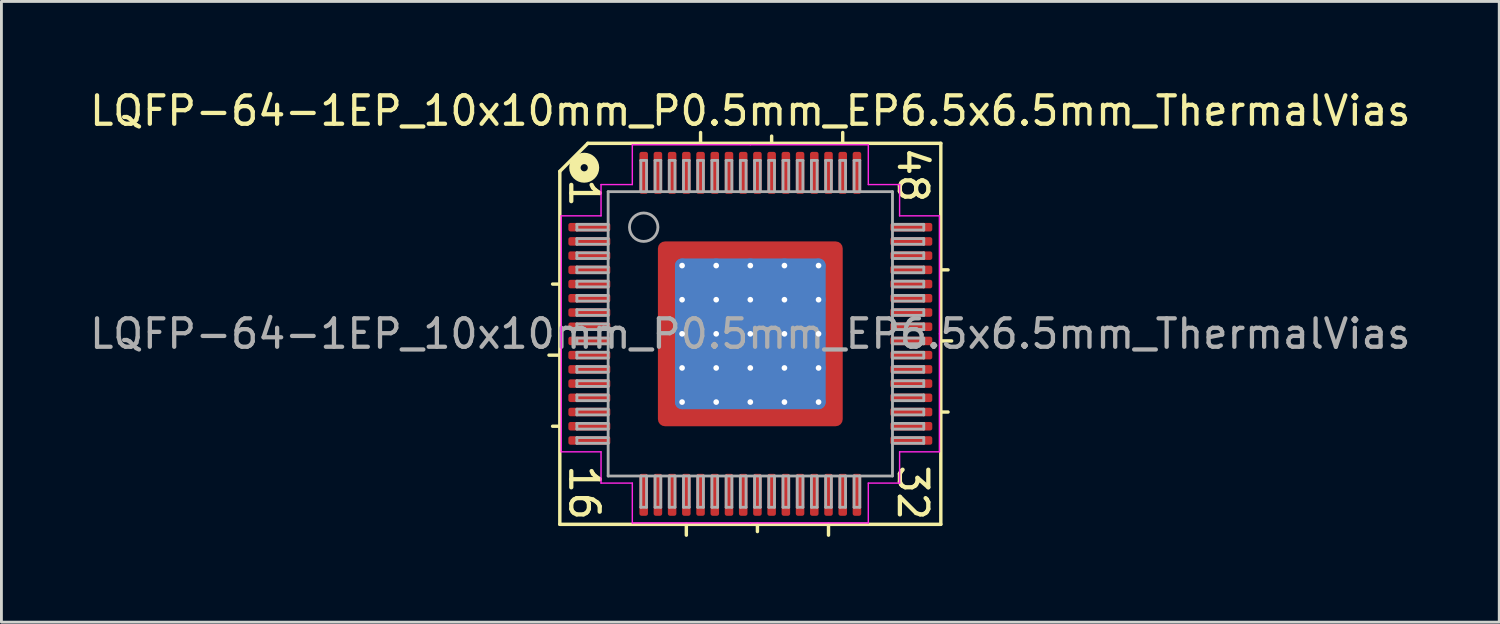
<source format=kicad_pcb>
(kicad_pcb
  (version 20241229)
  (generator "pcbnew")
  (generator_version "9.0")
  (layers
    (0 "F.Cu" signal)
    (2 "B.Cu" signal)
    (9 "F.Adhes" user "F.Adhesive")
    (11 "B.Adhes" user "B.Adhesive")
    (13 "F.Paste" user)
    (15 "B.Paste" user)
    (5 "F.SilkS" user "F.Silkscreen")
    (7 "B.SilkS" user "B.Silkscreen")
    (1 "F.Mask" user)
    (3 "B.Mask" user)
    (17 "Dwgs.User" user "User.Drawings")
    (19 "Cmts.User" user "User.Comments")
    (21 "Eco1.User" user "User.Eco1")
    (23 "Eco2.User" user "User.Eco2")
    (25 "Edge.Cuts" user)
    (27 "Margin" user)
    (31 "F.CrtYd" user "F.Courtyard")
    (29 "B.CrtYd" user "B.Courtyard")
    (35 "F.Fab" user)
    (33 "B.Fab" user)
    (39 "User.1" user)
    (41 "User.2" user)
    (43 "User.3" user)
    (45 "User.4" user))
  (footprint "LQFP-64-1EP_10x10mm_P0.5mm_EP6.5x6.5mm_ThermalVias"
    (layer "F.Cu")
    (at 23.339 8.691)
    (property "Reference" "LQFP-64-1EP_10x10mm_P0.5mm_EP6.5x6.5mm_ThermalVias" (at 0 -7.843 0) (layer "F.SilkS") (effects (font (size 1 1) (thickness 0.15))))
    (attr smd)
    (fp_line (start -6.7 -5.715) (end -6.7 6.7) (stroke (width 0.12) (type solid)) (layer "F.SilkS"))
    (fp_line (start -6.7 -1.75) (end -6.954 -1.75) (stroke (width 0.12) (type solid)) (layer "F.SilkS"))
    (fp_line (start -6.7 0.75) (end -7.081 0.75) (stroke (width 0.12) (type solid)) (layer "F.SilkS"))
    (fp_line (start -6.7 3.25) (end -6.954 3.25) (stroke (width 0.12) (type solid)) (layer "F.SilkS"))
    (fp_line (start -6.7 6.7) (end 6.7 6.7) (stroke (width 0.12) (type solid)) (layer "F.SilkS"))
    (fp_line (start -5.715 -6.7) (end -6.7 -5.715) (stroke (width 0.12) (type solid)) (layer "F.SilkS"))
    (fp_line (start -2.25 6.7) (end -2.25 7.081) (stroke (width 0.12) (type solid)) (layer "F.SilkS"))
    (fp_line (start -1.75 -6.7) (end -1.75 -7.081) (stroke (width 0.12) (type solid)) (layer "F.SilkS"))
    (fp_line (start 0.25 6.7) (end 0.25 6.954) (stroke (width 0.12) (type solid)) (layer "F.SilkS"))
    (fp_line (start 0.75 -6.7) (end 0.75 -6.954) (stroke (width 0.12) (type solid)) (layer "F.SilkS"))
    (fp_line (start 2.75 7.081) (end 2.75 6.7) (stroke (width 0.12) (type solid)) (layer "F.SilkS"))
    (fp_line (start 3.25 -6.7) (end 3.25 -7.081) (stroke (width 0.12) (type solid)) (layer "F.SilkS"))
    (fp_line (start 6.7 -6.7) (end -5.715 -6.7) (stroke (width 0.12) (type solid)) (layer "F.SilkS"))
    (fp_line (start 6.7 -2.25) (end 6.954 -2.25) (stroke (width 0.12) (type solid)) (layer "F.SilkS"))
    (fp_line (start 6.7 0.25) (end 7.081 0.25) (stroke (width 0.12) (type solid)) (layer "F.SilkS"))
    (fp_line (start 6.7 2.75) (end 6.954 2.75) (stroke (width 0.12) (type solid)) (layer "F.SilkS"))
    (fp_line (start 6.7 6.7) (end 6.7 -6.7) (stroke (width 0.12) (type solid)) (layer "F.SilkS"))
    (fp_circle (center -5.842 -5.842) (end -5.715 -5.842) (stroke (width 0.4) (type solid)) (fill no) (layer "F.SilkS"))
    (fp_line (start -6.65 -4.15) (end -6.65 0) (stroke (width 0.05) (type solid)) (layer "F.CrtYd"))
    (fp_line (start -6.65 4.15) (end -6.65 0) (stroke (width 0.05) (type solid)) (layer "F.CrtYd"))
    (fp_line (start -5.25 -5.25) (end -5.25 -4.15) (stroke (width 0.05) (type solid)) (layer "F.CrtYd"))
    (fp_line (start -5.25 -4.15) (end -6.65 -4.15) (stroke (width 0.05) (type solid)) (layer "F.CrtYd"))
    (fp_line (start -5.25 4.15) (end -6.65 4.15) (stroke (width 0.05) (type solid)) (layer "F.CrtYd"))
    (fp_line (start -5.25 5.25) (end -5.25 4.15) (stroke (width 0.05) (type solid)) (layer "F.CrtYd"))
    (fp_line (start -4.15 -6.65) (end -4.15 -5.25) (stroke (width 0.05) (type solid)) (layer "F.CrtYd"))
    (fp_line (start -4.15 -5.25) (end -5.25 -5.25) (stroke (width 0.05) (type solid)) (layer "F.CrtYd"))
    (fp_line (start -4.15 5.25) (end -5.25 5.25) (stroke (width 0.05) (type solid)) (layer "F.CrtYd"))
    (fp_line (start -4.15 6.65) (end -4.15 5.25) (stroke (width 0.05) (type solid)) (layer "F.CrtYd"))
    (fp_line (start 0 -6.65) (end -4.15 -6.65) (stroke (width 0.05) (type solid)) (layer "F.CrtYd"))
    (fp_line (start 0 -6.65) (end 4.15 -6.65) (stroke (width 0.05) (type solid)) (layer "F.CrtYd"))
    (fp_line (start 0 6.65) (end -4.15 6.65) (stroke (width 0.05) (type solid)) (layer "F.CrtYd"))
    (fp_line (start 0 6.65) (end 4.15 6.65) (stroke (width 0.05) (type solid)) (layer "F.CrtYd"))
    (fp_line (start 4.15 -6.65) (end 4.15 -5.25) (stroke (width 0.05) (type solid)) (layer "F.CrtYd"))
    (fp_line (start 4.15 -5.25) (end 5.25 -5.25) (stroke (width 0.05) (type solid)) (layer "F.CrtYd"))
    (fp_line (start 4.15 5.25) (end 5.25 5.25) (stroke (width 0.05) (type solid)) (layer "F.CrtYd"))
    (fp_line (start 4.15 6.65) (end 4.15 5.25) (stroke (width 0.05) (type solid)) (layer "F.CrtYd"))
    (fp_line (start 5.25 -5.25) (end 5.25 -4.15) (stroke (width 0.05) (type solid)) (layer "F.CrtYd"))
    (fp_line (start 5.25 -4.15) (end 6.65 -4.15) (stroke (width 0.05) (type solid)) (layer "F.CrtYd"))
    (fp_line (start 5.25 4.15) (end 6.65 4.15) (stroke (width 0.05) (type solid)) (layer "F.CrtYd"))
    (fp_line (start 5.25 5.25) (end 5.25 4.15) (stroke (width 0.05) (type solid)) (layer "F.CrtYd"))
    (fp_line (start 6.65 -4.15) (end 6.65 0) (stroke (width 0.05) (type solid)) (layer "F.CrtYd"))
    (fp_line (start 6.65 4.15) (end 6.65 0) (stroke (width 0.05) (type solid)) (layer "F.CrtYd"))
    (fp_line (start -6.1 -3.85) (end -6.1 -3.65) (stroke (width 0.1) (type solid)) (layer "F.Fab"))
    (fp_line (start -6.1 -3.85) (end -5 -3.85) (stroke (width 0.1) (type solid)) (layer "F.Fab"))
    (fp_line (start -6.1 -3.65) (end -5 -3.65) (stroke (width 0.1) (type solid)) (layer "F.Fab"))
    (fp_line (start -6.1 -3.35) (end -6.1 -3.15) (stroke (width 0.1) (type solid)) (layer "F.Fab"))
    (fp_line (start -6.1 -3.35) (end -5 -3.35) (stroke (width 0.1) (type solid)) (layer "F.Fab"))
    (fp_line (start -6.1 -3.15) (end -5 -3.15) (stroke (width 0.1) (type solid)) (layer "F.Fab"))
    (fp_line (start -6.1 -2.85) (end -6.1 -2.65) (stroke (width 0.1) (type solid)) (layer "F.Fab"))
    (fp_line (start -6.1 -2.85) (end -5 -2.85) (stroke (width 0.1) (type solid)) (layer "F.Fab"))
    (fp_line (start -6.1 -2.65) (end -5 -2.65) (stroke (width 0.1) (type solid)) (layer "F.Fab"))
    (fp_line (start -6.1 -2.35) (end -6.1 -2.15) (stroke (width 0.1) (type solid)) (layer "F.Fab"))
    (fp_line (start -6.1 -2.35) (end -5 -2.35) (stroke (width 0.1) (type solid)) (layer "F.Fab"))
    (fp_line (start -6.1 -2.15) (end -5 -2.15) (stroke (width 0.1) (type solid)) (layer "F.Fab"))
    (fp_line (start -6.1 -1.85) (end -6.1 -1.65) (stroke (width 0.1) (type solid)) (layer "F.Fab"))
    (fp_line (start -6.1 -1.85) (end -5 -1.85) (stroke (width 0.1) (type solid)) (layer "F.Fab"))
    (fp_line (start -6.1 -1.65) (end -5 -1.65) (stroke (width 0.1) (type solid)) (layer "F.Fab"))
    (fp_line (start -6.1 -1.35) (end -6.1 -1.15) (stroke (width 0.1) (type solid)) (layer "F.Fab"))
    (fp_line (start -6.1 -1.35) (end -5 -1.35) (stroke (width 0.1) (type solid)) (layer "F.Fab"))
    (fp_line (start -6.1 -1.15) (end -5 -1.15) (stroke (width 0.1) (type solid)) (layer "F.Fab"))
    (fp_line (start -6.1 -0.85) (end -6.1 -0.65) (stroke (width 0.1) (type solid)) (layer "F.Fab"))
    (fp_line (start -6.1 -0.85) (end -5 -0.85) (stroke (width 0.1) (type solid)) (layer "F.Fab"))
    (fp_line (start -6.1 -0.65) (end -5 -0.65) (stroke (width 0.1) (type solid)) (layer "F.Fab"))
    (fp_line (start -6.1 -0.35) (end -6.1 -0.15) (stroke (width 0.1) (type solid)) (layer "F.Fab"))
    (fp_line (start -6.1 -0.35) (end -5 -0.35) (stroke (width 0.1) (type solid)) (layer "F.Fab"))
    (fp_line (start -6.1 -0.15) (end -5 -0.15) (stroke (width 0.1) (type solid)) (layer "F.Fab"))
    (fp_line (start -6.1 0.15) (end -6.1 0.35) (stroke (width 0.1) (type solid)) (layer "F.Fab"))
    (fp_line (start -6.1 0.15) (end -5 0.15) (stroke (width 0.1) (type solid)) (layer "F.Fab"))
    (fp_line (start -6.1 0.35) (end -5 0.35) (stroke (width 0.1) (type solid)) (layer "F.Fab"))
    (fp_line (start -6.1 0.65) (end -6.1 0.85) (stroke (width 0.1) (type solid)) (layer "F.Fab"))
    (fp_line (start -6.1 0.65) (end -5 0.65) (stroke (width 0.1) (type solid)) (layer "F.Fab"))
    (fp_line (start -6.1 0.85) (end -5 0.85) (stroke (width 0.1) (type solid)) (layer "F.Fab"))
    (fp_line (start -6.1 1.15) (end -6.1 1.35) (stroke (width 0.1) (type solid)) (layer "F.Fab"))
    (fp_line (start -6.1 1.15) (end -5 1.15) (stroke (width 0.1) (type solid)) (layer "F.Fab"))
    (fp_line (start -6.1 1.35) (end -5 1.35) (stroke (width 0.1) (type solid)) (layer "F.Fab"))
    (fp_line (start -6.1 1.65) (end -6.1 1.85) (stroke (width 0.1) (type solid)) (layer "F.Fab"))
    (fp_line (start -6.1 1.65) (end -5 1.65) (stroke (width 0.1) (type solid)) (layer "F.Fab"))
    (fp_line (start -6.1 1.85) (end -5 1.85) (stroke (width 0.1) (type solid)) (layer "F.Fab"))
    (fp_line (start -6.1 2.15) (end -6.1 2.35) (stroke (width 0.1) (type solid)) (layer "F.Fab"))
    (fp_line (start -6.1 2.15) (end -5 2.15) (stroke (width 0.1) (type solid)) (layer "F.Fab"))
    (fp_line (start -6.1 2.35) (end -5 2.35) (stroke (width 0.1) (type solid)) (layer "F.Fab"))
    (fp_line (start -6.1 2.65) (end -6.1 2.85) (stroke (width 0.1) (type solid)) (layer "F.Fab"))
    (fp_line (start -6.1 2.65) (end -5 2.65) (stroke (width 0.1) (type solid)) (layer "F.Fab"))
    (fp_line (start -6.1 2.85) (end -5 2.85) (stroke (width 0.1) (type solid)) (layer "F.Fab"))
    (fp_line (start -6.1 3.15) (end -6.1 3.35) (stroke (width 0.1) (type solid)) (layer "F.Fab"))
    (fp_line (start -6.1 3.15) (end -5 3.15) (stroke (width 0.1) (type solid)) (layer "F.Fab"))
    (fp_line (start -6.1 3.35) (end -5 3.35) (stroke (width 0.1) (type solid)) (layer "F.Fab"))
    (fp_line (start -6.1 3.65) (end -6.1 3.85) (stroke (width 0.1) (type solid)) (layer "F.Fab"))
    (fp_line (start -6.1 3.65) (end -5 3.65) (stroke (width 0.1) (type solid)) (layer "F.Fab"))
    (fp_line (start -6.1 3.85) (end -5 3.85) (stroke (width 0.1) (type solid)) (layer "F.Fab"))
    (fp_line (start -5 -5) (end 5 -5) (stroke (width 0.1) (type solid)) (layer "F.Fab"))
    (fp_line (start -5 5) (end -5 -5) (stroke (width 0.1) (type solid)) (layer "F.Fab"))
    (fp_line (start -3.85 -6.1) (end -3.85 -5) (stroke (width 0.1) (type solid)) (layer "F.Fab"))
    (fp_line (start -3.85 6.1) (end -3.85 5) (stroke (width 0.1) (type solid)) (layer "F.Fab"))
    (fp_line (start -3.85 6.1) (end -3.65 6.1) (stroke (width 0.1) (type solid)) (layer "F.Fab"))
    (fp_line (start -3.65 -6.1) (end -3.85 -6.1) (stroke (width 0.1) (type solid)) (layer "F.Fab"))
    (fp_line (start -3.65 -6.1) (end -3.65 -5) (stroke (width 0.1) (type solid)) (layer "F.Fab"))
    (fp_line (start -3.65 6.1) (end -3.65 5) (stroke (width 0.1) (type solid)) (layer "F.Fab"))
    (fp_line (start -3.35 -6.1) (end -3.35 -5) (stroke (width 0.1) (type solid)) (layer "F.Fab"))
    (fp_line (start -3.35 6.1) (end -3.35 5) (stroke (width 0.1) (type solid)) (layer "F.Fab"))
    (fp_line (start -3.35 6.1) (end -3.15 6.1) (stroke (width 0.1) (type solid)) (layer "F.Fab"))
    (fp_line (start -3.15 -6.1) (end -3.35 -6.1) (stroke (width 0.1) (type solid)) (layer "F.Fab"))
    (fp_line (start -3.15 -6.1) (end -3.15 -5) (stroke (width 0.1) (type solid)) (layer "F.Fab"))
    (fp_line (start -3.15 6.1) (end -3.15 5) (stroke (width 0.1) (type solid)) (layer "F.Fab"))
    (fp_line (start -2.85 -6.1) (end -2.85 -5) (stroke (width 0.1) (type solid)) (layer "F.Fab"))
    (fp_line (start -2.85 6.1) (end -2.85 5) (stroke (width 0.1) (type solid)) (layer "F.Fab"))
    (fp_line (start -2.85 6.1) (end -2.65 6.1) (stroke (width 0.1) (type solid)) (layer "F.Fab"))
    (fp_line (start -2.65 -6.1) (end -2.85 -6.1) (stroke (width 0.1) (type solid)) (layer "F.Fab"))
    (fp_line (start -2.65 -6.1) (end -2.65 -5) (stroke (width 0.1) (type solid)) (layer "F.Fab"))
    (fp_line (start -2.65 6.1) (end -2.65 5) (stroke (width 0.1) (type solid)) (layer "F.Fab"))
    (fp_line (start -2.35 -6.1) (end -2.35 -5) (stroke (width 0.1) (type solid)) (layer "F.Fab"))
    (fp_line (start -2.35 6.1) (end -2.35 5) (stroke (width 0.1) (type solid)) (layer "F.Fab"))
    (fp_line (start -2.35 6.1) (end -2.15 6.1) (stroke (width 0.1) (type solid)) (layer "F.Fab"))
    (fp_line (start -2.15 -6.1) (end -2.35 -6.1) (stroke (width 0.1) (type solid)) (layer "F.Fab"))
    (fp_line (start -2.15 -6.1) (end -2.15 -5) (stroke (width 0.1) (type solid)) (layer "F.Fab"))
    (fp_line (start -2.15 6.1) (end -2.15 5) (stroke (width 0.1) (type solid)) (layer "F.Fab"))
    (fp_line (start -1.85 -6.1) (end -1.85 -5) (stroke (width 0.1) (type solid)) (layer "F.Fab"))
    (fp_line (start -1.85 6.1) (end -1.85 5) (stroke (width 0.1) (type solid)) (layer "F.Fab"))
    (fp_line (start -1.85 6.1) (end -1.65 6.1) (stroke (width 0.1) (type solid)) (layer "F.Fab"))
    (fp_line (start -1.65 -6.1) (end -1.85 -6.1) (stroke (width 0.1) (type solid)) (layer "F.Fab"))
    (fp_line (start -1.65 -6.1) (end -1.65 -5) (stroke (width 0.1) (type solid)) (layer "F.Fab"))
    (fp_line (start -1.65 6.1) (end -1.65 5) (stroke (width 0.1) (type solid)) (layer "F.Fab"))
    (fp_line (start -1.35 -6.1) (end -1.35 -5) (stroke (width 0.1) (type solid)) (layer "F.Fab"))
    (fp_line (start -1.35 6.1) (end -1.35 5) (stroke (width 0.1) (type solid)) (layer "F.Fab"))
    (fp_line (start -1.35 6.1) (end -1.15 6.1) (stroke (width 0.1) (type solid)) (layer "F.Fab"))
    (fp_line (start -1.15 -6.1) (end -1.35 -6.1) (stroke (width 0.1) (type solid)) (layer "F.Fab"))
    (fp_line (start -1.15 -6.1) (end -1.15 -5) (stroke (width 0.1) (type solid)) (layer "F.Fab"))
    (fp_line (start -1.15 6.1) (end -1.15 5) (stroke (width 0.1) (type solid)) (layer "F.Fab"))
    (fp_line (start -0.85 -6.1) (end -0.85 -5) (stroke (width 0.1) (type solid)) (layer "F.Fab"))
    (fp_line (start -0.85 6.1) (end -0.85 5) (stroke (width 0.1) (type solid)) (layer "F.Fab"))
    (fp_line (start -0.85 6.1) (end -0.65 6.1) (stroke (width 0.1) (type solid)) (layer "F.Fab"))
    (fp_line (start -0.65 -6.1) (end -0.85 -6.1) (stroke (width 0.1) (type solid)) (layer "F.Fab"))
    (fp_line (start -0.65 -6.1) (end -0.65 -5) (stroke (width 0.1) (type solid)) (layer "F.Fab"))
    (fp_line (start -0.65 6.1) (end -0.65 5) (stroke (width 0.1) (type solid)) (layer "F.Fab"))
    (fp_line (start -0.35 -6.1) (end -0.35 -5) (stroke (width 0.1) (type solid)) (layer "F.Fab"))
    (fp_line (start -0.35 6.1) (end -0.35 5) (stroke (width 0.1) (type solid)) (layer "F.Fab"))
    (fp_line (start -0.35 6.1) (end -0.15 6.1) (stroke (width 0.1) (type solid)) (layer "F.Fab"))
    (fp_line (start -0.15 -6.1) (end -0.35 -6.1) (stroke (width 0.1) (type solid)) (layer "F.Fab"))
    (fp_line (start -0.15 -6.1) (end -0.15 -5) (stroke (width 0.1) (type solid)) (layer "F.Fab"))
    (fp_line (start -0.15 6.1) (end -0.15 5) (stroke (width 0.1) (type solid)) (layer "F.Fab"))
    (fp_line (start 0.15 -6.1) (end 0.15 -5) (stroke (width 0.1) (type solid)) (layer "F.Fab"))
    (fp_line (start 0.15 6.1) (end 0.15 5) (stroke (width 0.1) (type solid)) (layer "F.Fab"))
    (fp_line (start 0.15 6.1) (end 0.35 6.1) (stroke (width 0.1) (type solid)) (layer "F.Fab"))
    (fp_line (start 0.35 -6.1) (end 0.15 -6.1) (stroke (width 0.1) (type solid)) (layer "F.Fab"))
    (fp_line (start 0.35 -6.1) (end 0.35 -5) (stroke (width 0.1) (type solid)) (layer "F.Fab"))
    (fp_line (start 0.35 6.1) (end 0.35 5) (stroke (width 0.1) (type solid)) (layer "F.Fab"))
    (fp_line (start 0.65 -6.1) (end 0.65 -5) (stroke (width 0.1) (type solid)) (layer "F.Fab"))
    (fp_line (start 0.65 6.1) (end 0.65 5) (stroke (width 0.1) (type solid)) (layer "F.Fab"))
    (fp_line (start 0.65 6.1) (end 0.85 6.1) (stroke (width 0.1) (type solid)) (layer "F.Fab"))
    (fp_line (start 0.85 -6.1) (end 0.65 -6.1) (stroke (width 0.1) (type solid)) (layer "F.Fab"))
    (fp_line (start 0.85 -6.1) (end 0.85 -5) (stroke (width 0.1) (type solid)) (layer "F.Fab"))
    (fp_line (start 0.85 6.1) (end 0.85 5) (stroke (width 0.1) (type solid)) (layer "F.Fab"))
    (fp_line (start 1.15 -6.1) (end 1.15 -5) (stroke (width 0.1) (type solid)) (layer "F.Fab"))
    (fp_line (start 1.15 6.1) (end 1.15 5) (stroke (width 0.1) (type solid)) (layer "F.Fab"))
    (fp_line (start 1.15 6.1) (end 1.35 6.1) (stroke (width 0.1) (type solid)) (layer "F.Fab"))
    (fp_line (start 1.35 -6.1) (end 1.15 -6.1) (stroke (width 0.1) (type solid)) (layer "F.Fab"))
    (fp_line (start 1.35 -6.1) (end 1.35 -5) (stroke (width 0.1) (type solid)) (layer "F.Fab"))
    (fp_line (start 1.35 6.1) (end 1.35 5) (stroke (width 0.1) (type solid)) (layer "F.Fab"))
    (fp_line (start 1.65 -6.1) (end 1.65 -5) (stroke (width 0.1) (type solid)) (layer "F.Fab"))
    (fp_line (start 1.65 6.1) (end 1.65 5) (stroke (width 0.1) (type solid)) (layer "F.Fab"))
    (fp_line (start 1.65 6.1) (end 1.85 6.1) (stroke (width 0.1) (type solid)) (layer "F.Fab"))
    (fp_line (start 1.85 -6.1) (end 1.65 -6.1) (stroke (width 0.1) (type solid)) (layer "F.Fab"))
    (fp_line (start 1.85 -6.1) (end 1.85 -5) (stroke (width 0.1) (type solid)) (layer "F.Fab"))
    (fp_line (start 1.85 6.1) (end 1.85 5) (stroke (width 0.1) (type solid)) (layer "F.Fab"))
    (fp_line (start 2.15 -6.1) (end 2.15 -5) (stroke (width 0.1) (type solid)) (layer "F.Fab"))
    (fp_line (start 2.15 6.1) (end 2.15 5) (stroke (width 0.1) (type solid)) (layer "F.Fab"))
    (fp_line (start 2.15 6.1) (end 2.35 6.1) (stroke (width 0.1) (type solid)) (layer "F.Fab"))
    (fp_line (start 2.35 -6.1) (end 2.15 -6.1) (stroke (width 0.1) (type solid)) (layer "F.Fab"))
    (fp_line (start 2.35 -6.1) (end 2.35 -5) (stroke (width 0.1) (type solid)) (layer "F.Fab"))
    (fp_line (start 2.35 6.1) (end 2.35 5) (stroke (width 0.1) (type solid)) (layer "F.Fab"))
    (fp_line (start 2.65 -6.1) (end 2.65 -5) (stroke (width 0.1) (type solid)) (layer "F.Fab"))
    (fp_line (start 2.65 6.1) (end 2.65 5) (stroke (width 0.1) (type solid)) (layer "F.Fab"))
    (fp_line (start 2.65 6.1) (end 2.85 6.1) (stroke (width 0.1) (type solid)) (layer "F.Fab"))
    (fp_line (start 2.85 -6.1) (end 2.65 -6.1) (stroke (width 0.1) (type solid)) (layer "F.Fab"))
    (fp_line (start 2.85 -6.1) (end 2.85 -5) (stroke (width 0.1) (type solid)) (layer "F.Fab"))
    (fp_line (start 2.85 6.1) (end 2.85 5) (stroke (width 0.1) (type solid)) (layer "F.Fab"))
    (fp_line (start 3.15 -6.1) (end 3.15 -5) (stroke (width 0.1) (type solid)) (layer "F.Fab"))
    (fp_line (start 3.15 6.1) (end 3.15 5) (stroke (width 0.1) (type solid)) (layer "F.Fab"))
    (fp_line (start 3.15 6.1) (end 3.35 6.1) (stroke (width 0.1) (type solid)) (layer "F.Fab"))
    (fp_line (start 3.35 -6.1) (end 3.15 -6.1) (stroke (width 0.1) (type solid)) (layer "F.Fab"))
    (fp_line (start 3.35 -6.1) (end 3.35 -5) (stroke (width 0.1) (type solid)) (layer "F.Fab"))
    (fp_line (start 3.35 6.1) (end 3.35 5) (stroke (width 0.1) (type solid)) (layer "F.Fab"))
    (fp_line (start 3.65 -6.1) (end 3.65 -5) (stroke (width 0.1) (type solid)) (layer "F.Fab"))
    (fp_line (start 3.65 6.1) (end 3.65 5) (stroke (width 0.1) (type solid)) (layer "F.Fab"))
    (fp_line (start 3.65 6.1) (end 3.85 6.1) (stroke (width 0.1) (type solid)) (layer "F.Fab"))
    (fp_line (start 3.85 -6.1) (end 3.65 -6.1) (stroke (width 0.1) (type solid)) (layer "F.Fab"))
    (fp_line (start 3.85 -6.1) (end 3.85 -5) (stroke (width 0.1) (type solid)) (layer "F.Fab"))
    (fp_line (start 3.85 6.1) (end 3.85 5) (stroke (width 0.1) (type solid)) (layer "F.Fab"))
    (fp_line (start 5 -5) (end 5 5) (stroke (width 0.1) (type solid)) (layer "F.Fab"))
    (fp_line (start 5 5) (end -5 5) (stroke (width 0.1) (type solid)) (layer "F.Fab"))
    (fp_line (start 6.1 -3.85) (end 5 -3.85) (stroke (width 0.1) (type solid)) (layer "F.Fab"))
    (fp_line (start 6.1 -3.65) (end 5 -3.65) (stroke (width 0.1) (type solid)) (layer "F.Fab"))
    (fp_line (start 6.1 -3.65) (end 6.1 -3.85) (stroke (width 0.1) (type solid)) (layer "F.Fab"))
    (fp_line (start 6.1 -3.35) (end 5 -3.35) (stroke (width 0.1) (type solid)) (layer "F.Fab"))
    (fp_line (start 6.1 -3.15) (end 5 -3.15) (stroke (width 0.1) (type solid)) (layer "F.Fab"))
    (fp_line (start 6.1 -3.15) (end 6.1 -3.35) (stroke (width 0.1) (type solid)) (layer "F.Fab"))
    (fp_line (start 6.1 -2.85) (end 5 -2.85) (stroke (width 0.1) (type solid)) (layer "F.Fab"))
    (fp_line (start 6.1 -2.65) (end 5 -2.65) (stroke (width 0.1) (type solid)) (layer "F.Fab"))
    (fp_line (start 6.1 -2.65) (end 6.1 -2.85) (stroke (width 0.1) (type solid)) (layer "F.Fab"))
    (fp_line (start 6.1 -2.35) (end 5 -2.35) (stroke (width 0.1) (type solid)) (layer "F.Fab"))
    (fp_line (start 6.1 -2.15) (end 5 -2.15) (stroke (width 0.1) (type solid)) (layer "F.Fab"))
    (fp_line (start 6.1 -2.15) (end 6.1 -2.35) (stroke (width 0.1) (type solid)) (layer "F.Fab"))
    (fp_line (start 6.1 -1.85) (end 5 -1.85) (stroke (width 0.1) (type solid)) (layer "F.Fab"))
    (fp_line (start 6.1 -1.65) (end 5 -1.65) (stroke (width 0.1) (type solid)) (layer "F.Fab"))
    (fp_line (start 6.1 -1.65) (end 6.1 -1.85) (stroke (width 0.1) (type solid)) (layer "F.Fab"))
    (fp_line (start 6.1 -1.35) (end 5 -1.35) (stroke (width 0.1) (type solid)) (layer "F.Fab"))
    (fp_line (start 6.1 -1.15) (end 5 -1.15) (stroke (width 0.1) (type solid)) (layer "F.Fab"))
    (fp_line (start 6.1 -1.15) (end 6.1 -1.35) (stroke (width 0.1) (type solid)) (layer "F.Fab"))
    (fp_line (start 6.1 -0.85) (end 5 -0.85) (stroke (width 0.1) (type solid)) (layer "F.Fab"))
    (fp_line (start 6.1 -0.65) (end 5 -0.65) (stroke (width 0.1) (type solid)) (layer "F.Fab"))
    (fp_line (start 6.1 -0.65) (end 6.1 -0.85) (stroke (width 0.1) (type solid)) (layer "F.Fab"))
    (fp_line (start 6.1 -0.35) (end 5 -0.35) (stroke (width 0.1) (type solid)) (layer "F.Fab"))
    (fp_line (start 6.1 -0.15) (end 5 -0.15) (stroke (width 0.1) (type solid)) (layer "F.Fab"))
    (fp_line (start 6.1 -0.15) (end 6.1 -0.35) (stroke (width 0.1) (type solid)) (layer "F.Fab"))
    (fp_line (start 6.1 0.15) (end 5 0.15) (stroke (width 0.1) (type solid)) (layer "F.Fab"))
    (fp_line (start 6.1 0.35) (end 5 0.35) (stroke (width 0.1) (type solid)) (layer "F.Fab"))
    (fp_line (start 6.1 0.35) (end 6.1 0.15) (stroke (width 0.1) (type solid)) (layer "F.Fab"))
    (fp_line (start 6.1 0.65) (end 5 0.65) (stroke (width 0.1) (type solid)) (layer "F.Fab"))
    (fp_line (start 6.1 0.85) (end 5 0.85) (stroke (width 0.1) (type solid)) (layer "F.Fab"))
    (fp_line (start 6.1 0.85) (end 6.1 0.65) (stroke (width 0.1) (type solid)) (layer "F.Fab"))
    (fp_line (start 6.1 1.15) (end 5 1.15) (stroke (width 0.1) (type solid)) (layer "F.Fab"))
    (fp_line (start 6.1 1.35) (end 5 1.35) (stroke (width 0.1) (type solid)) (layer "F.Fab"))
    (fp_line (start 6.1 1.35) (end 6.1 1.15) (stroke (width 0.1) (type solid)) (layer "F.Fab"))
    (fp_line (start 6.1 1.65) (end 5 1.65) (stroke (width 0.1) (type solid)) (layer "F.Fab"))
    (fp_line (start 6.1 1.85) (end 5 1.85) (stroke (width 0.1) (type solid)) (layer "F.Fab"))
    (fp_line (start 6.1 1.85) (end 6.1 1.65) (stroke (width 0.1) (type solid)) (layer "F.Fab"))
    (fp_line (start 6.1 2.15) (end 5 2.15) (stroke (width 0.1) (type solid)) (layer "F.Fab"))
    (fp_line (start 6.1 2.35) (end 5 2.35) (stroke (width 0.1) (type solid)) (layer "F.Fab"))
    (fp_line (start 6.1 2.35) (end 6.1 2.15) (stroke (width 0.1) (type solid)) (layer "F.Fab"))
    (fp_line (start 6.1 2.65) (end 5 2.65) (stroke (width 0.1) (type solid)) (layer "F.Fab"))
    (fp_line (start 6.1 2.85) (end 5 2.85) (stroke (width 0.1) (type solid)) (layer "F.Fab"))
    (fp_line (start 6.1 2.85) (end 6.1 2.65) (stroke (width 0.1) (type solid)) (layer "F.Fab"))
    (fp_line (start 6.1 3.15) (end 5 3.15) (stroke (width 0.1) (type solid)) (layer "F.Fab"))
    (fp_line (start 6.1 3.35) (end 5 3.35) (stroke (width 0.1) (type solid)) (layer "F.Fab"))
    (fp_line (start 6.1 3.35) (end 6.1 3.15) (stroke (width 0.1) (type solid)) (layer "F.Fab"))
    (fp_line (start 6.1 3.65) (end 5 3.65) (stroke (width 0.1) (type solid)) (layer "F.Fab"))
    (fp_line (start 6.1 3.85) (end 5 3.85) (stroke (width 0.1) (type solid)) (layer "F.Fab"))
    (fp_line (start 6.1 3.85) (end 6.1 3.65) (stroke (width 0.1) (type solid)) (layer "F.Fab"))
    (fp_circle (center -3.75 -3.75) (end -3.25 -3.75) (stroke (width 0.1) (type solid)) (fill no) (layer "F.Fab"))
    (fp_text user "16" (at -5.842 5.588 270) (unlocked yes) (layer "F.SilkS") (effects (font (size 1 1) (thickness 0.15))))
    (fp_text user "32" (at 5.715 5.588 270) (unlocked yes) (layer "F.SilkS") (effects (font (size 1 1) (thickness 0.15))))
    (fp_text user "48" (at 5.715 -5.588 270) (unlocked yes) (layer "F.SilkS") (effects (font (size 1 1) (thickness 0.15))))
    (fp_text user "1" (at -5.842 -4.953 270) (unlocked yes) (layer "F.SilkS") (effects (font (size 1 1) (thickness 0.15))))
    (fp_text user "${REFERENCE}" (at 0 0 0) (layer "F.Fab") (effects (font (size 1 1) (thickness 0.15))))
    (pad "" smd custom (at -2.825 -2.825) (size 0.602 0.602) (layers "F.Paste") (options (anchor circle)) (primitives (gr_poly (pts (xy 0.259 0.19) (xy 0.19 0.259) (xy -0.259 0.259) (xy -0.259 -0.259) (xy 0.259 -0.259)) (width 0.167) (fill yes))))
    (pad "" smd roundrect (at -2.825 -1.8) (size 0.685 0.967) (layers "F.Paste") (roundrect_rratio 0.25))
    (pad "" smd roundrect (at -2.825 -0.6) (size 0.685 0.967) (layers "F.Paste") (roundrect_rratio 0.25))
    (pad "" smd roundrect (at -2.825 0.6) (size 0.685 0.967) (layers "F.Paste") (roundrect_rratio 0.25))
    (pad "" smd roundrect (at -2.825 1.8) (size 0.685 0.967) (layers "F.Paste") (roundrect_rratio 0.25))
    (pad "" smd custom (at -2.825 2.825) (size 0.602 0.602) (layers "F.Paste") (options (anchor circle)) (primitives (gr_poly (pts (xy 0.259 -0.19) (xy 0.259 0.259) (xy -0.259 0.259) (xy -0.259 -0.259) (xy 0.19 -0.259)) (width 0.167) (fill yes))))
    (pad "" smd roundrect (at -1.8 -2.825) (size 0.967 0.685) (layers "F.Paste") (roundrect_rratio 0.25))
    (pad "" smd roundrect (at -1.8 -1.8) (size 0.967 0.967) (layers "F.Paste") (roundrect_rratio 0.25))
    (pad "" smd roundrect (at -1.8 -0.6) (size 0.967 0.967) (layers "F.Paste") (roundrect_rratio 0.25))
    (pad "" smd roundrect (at -1.8 0.6) (size 0.967 0.967) (layers "F.Paste") (roundrect_rratio 0.25))
    (pad "" smd roundrect (at -1.8 1.8) (size 0.967 0.967) (layers "F.Paste") (roundrect_rratio 0.25))
    (pad "" smd roundrect (at -1.8 2.825) (size 0.967 0.685) (layers "F.Paste") (roundrect_rratio 0.25))
    (pad "" smd roundrect (at -0.6 -2.825) (size 0.967 0.685) (layers "F.Paste") (roundrect_rratio 0.25))
    (pad "" smd roundrect (at -0.6 -1.8) (size 0.967 0.967) (layers "F.Paste") (roundrect_rratio 0.25))
    (pad "" smd roundrect (at -0.6 -0.6) (size 0.967 0.967) (layers "F.Paste") (roundrect_rratio 0.25))
    (pad "" smd roundrect (at -0.6 0.6) (size 0.967 0.967) (layers "F.Paste") (roundrect_rratio 0.25))
    (pad "" smd roundrect (at -0.6 1.8) (size 0.967 0.967) (layers "F.Paste") (roundrect_rratio 0.25))
    (pad "" smd roundrect (at -0.6 2.825) (size 0.967 0.685) (layers "F.Paste") (roundrect_rratio 0.25))
    (pad "" smd roundrect (at 0.6 -2.825) (size 0.967 0.685) (layers "F.Paste") (roundrect_rratio 0.25))
    (pad "" smd roundrect (at 0.6 -1.8) (size 0.967 0.967) (layers "F.Paste") (roundrect_rratio 0.25))
    (pad "" smd roundrect (at 0.6 -0.6) (size 0.967 0.967) (layers "F.Paste") (roundrect_rratio 0.25))
    (pad "" smd roundrect (at 0.6 0.6) (size 0.967 0.967) (layers "F.Paste") (roundrect_rratio 0.25))
    (pad "" smd roundrect (at 0.6 1.8) (size 0.967 0.967) (layers "F.Paste") (roundrect_rratio 0.25))
    (pad "" smd roundrect (at 0.6 2.825) (size 0.967 0.685) (layers "F.Paste") (roundrect_rratio 0.25))
    (pad "" smd roundrect (at 1.8 -2.825) (size 0.967 0.685) (layers "F.Paste") (roundrect_rratio 0.25))
    (pad "" smd roundrect (at 1.8 -1.8) (size 0.967 0.967) (layers "F.Paste") (roundrect_rratio 0.25))
    (pad "" smd roundrect (at 1.8 -0.6) (size 0.967 0.967) (layers "F.Paste") (roundrect_rratio 0.25))
    (pad "" smd roundrect (at 1.8 0.6) (size 0.967 0.967) (layers "F.Paste") (roundrect_rratio 0.25))
    (pad "" smd roundrect (at 1.8 1.8) (size 0.967 0.967) (layers "F.Paste") (roundrect_rratio 0.25))
    (pad "" smd roundrect (at 1.8 2.825) (size 0.967 0.685) (layers "F.Paste") (roundrect_rratio 0.25))
    (pad "" smd custom (at 2.825 -2.825) (size 0.602 0.602) (layers "F.Paste") (options (anchor circle)) (primitives (gr_poly (pts (xy 0.259 0.259) (xy -0.19 0.259) (xy -0.259 0.19) (xy -0.259 -0.259) (xy 0.259 -0.259)) (width 0.167) (fill yes))))
    (pad "" smd roundrect (at 2.825 -1.8) (size 0.685 0.967) (layers "F.Paste") (roundrect_rratio 0.25))
    (pad "" smd roundrect (at 2.825 -0.6) (size 0.685 0.967) (layers "F.Paste") (roundrect_rratio 0.25))
    (pad "" smd roundrect (at 2.825 0.6) (size 0.685 0.967) (layers "F.Paste") (roundrect_rratio 0.25))
    (pad "" smd roundrect (at 2.825 1.8) (size 0.685 0.967) (layers "F.Paste") (roundrect_rratio 0.25))
    (pad "" smd custom (at 2.825 2.825) (size 0.602 0.602) (layers "F.Paste") (options (anchor circle)) (primitives (gr_poly (pts (xy 0.259 0.259) (xy -0.259 0.259) (xy -0.259 -0.19) (xy -0.19 -0.259) (xy 0.259 -0.259)) (width 0.167) (fill yes))))
    (pad "1" smd roundrect (at -5.662 -3.75) (size 1.475 0.3) (layers "F.Cu" "F.Mask" "F.Paste") (roundrect_rratio 0.25))
    (pad "2" smd roundrect (at -5.662 -3.25) (size 1.475 0.3) (layers "F.Cu" "F.Mask" "F.Paste") (roundrect_rratio 0.25))
    (pad "3" smd roundrect (at -5.662 -2.75) (size 1.475 0.3) (layers "F.Cu" "F.Mask" "F.Paste") (roundrect_rratio 0.25))
    (pad "4" smd roundrect (at -5.662 -2.25) (size 1.475 0.3) (layers "F.Cu" "F.Mask" "F.Paste") (roundrect_rratio 0.25))
    (pad "5" smd roundrect (at -5.662 -1.75) (size 1.475 0.3) (layers "F.Cu" "F.Mask" "F.Paste") (roundrect_rratio 0.25))
    (pad "6" smd roundrect (at -5.662 -1.25) (size 1.475 0.3) (layers "F.Cu" "F.Mask" "F.Paste") (roundrect_rratio 0.25))
    (pad "7" smd roundrect (at -5.662 -0.75) (size 1.475 0.3) (layers "F.Cu" "F.Mask" "F.Paste") (roundrect_rratio 0.25))
    (pad "8" smd roundrect (at -5.662 -0.25) (size 1.475 0.3) (layers "F.Cu" "F.Mask" "F.Paste") (roundrect_rratio 0.25))
    (pad "9" smd roundrect (at -5.662 0.25) (size 1.475 0.3) (layers "F.Cu" "F.Mask" "F.Paste") (roundrect_rratio 0.25))
    (pad "10" smd roundrect (at -5.662 0.75) (size 1.475 0.3) (layers "F.Cu" "F.Mask" "F.Paste") (roundrect_rratio 0.25))
    (pad "11" smd roundrect (at -5.662 1.25) (size 1.475 0.3) (layers "F.Cu" "F.Mask" "F.Paste") (roundrect_rratio 0.25))
    (pad "12" smd roundrect (at -5.662 1.75) (size 1.475 0.3) (layers "F.Cu" "F.Mask" "F.Paste") (roundrect_rratio 0.25))
    (pad "13" smd roundrect (at -5.662 2.25) (size 1.475 0.3) (layers "F.Cu" "F.Mask" "F.Paste") (roundrect_rratio 0.25))
    (pad "14" smd roundrect (at -5.662 2.75) (size 1.475 0.3) (layers "F.Cu" "F.Mask" "F.Paste") (roundrect_rratio 0.25))
    (pad "15" smd roundrect (at -5.662 3.25) (size 1.475 0.3) (layers "F.Cu" "F.Mask" "F.Paste") (roundrect_rratio 0.25))
    (pad "16" smd roundrect (at -5.662 3.75) (size 1.475 0.3) (layers "F.Cu" "F.Mask" "F.Paste") (roundrect_rratio 0.25))
    (pad "17" smd roundrect (at -3.75 5.662) (size 0.3 1.475) (layers "F.Cu" "F.Mask" "F.Paste") (roundrect_rratio 0.25))
    (pad "18" smd roundrect (at -3.25 5.662) (size 0.3 1.475) (layers "F.Cu" "F.Mask" "F.Paste") (roundrect_rratio 0.25))
    (pad "19" smd roundrect (at -2.75 5.662) (size 0.3 1.475) (layers "F.Cu" "F.Mask" "F.Paste") (roundrect_rratio 0.25))
    (pad "20" smd roundrect (at -2.25 5.662) (size 0.3 1.475) (layers "F.Cu" "F.Mask" "F.Paste") (roundrect_rratio 0.25))
    (pad "21" smd roundrect (at -1.75 5.662) (size 0.3 1.475) (layers "F.Cu" "F.Mask" "F.Paste") (roundrect_rratio 0.25))
    (pad "22" smd roundrect (at -1.25 5.662) (size 0.3 1.475) (layers "F.Cu" "F.Mask" "F.Paste") (roundrect_rratio 0.25))
    (pad "23" smd roundrect (at -0.75 5.662) (size 0.3 1.475) (layers "F.Cu" "F.Mask" "F.Paste") (roundrect_rratio 0.25))
    (pad "24" smd roundrect (at -0.25 5.662) (size 0.3 1.475) (layers "F.Cu" "F.Mask" "F.Paste") (roundrect_rratio 0.25))
    (pad "25" smd roundrect (at 0.25 5.662) (size 0.3 1.475) (layers "F.Cu" "F.Mask" "F.Paste") (roundrect_rratio 0.25))
    (pad "26" smd roundrect (at 0.75 5.662) (size 0.3 1.475) (layers "F.Cu" "F.Mask" "F.Paste") (roundrect_rratio 0.25))
    (pad "27" smd roundrect (at 1.25 5.662) (size 0.3 1.475) (layers "F.Cu" "F.Mask" "F.Paste") (roundrect_rratio 0.25))
    (pad "28" smd roundrect (at 1.75 5.662) (size 0.3 1.475) (layers "F.Cu" "F.Mask" "F.Paste") (roundrect_rratio 0.25))
    (pad "29" smd roundrect (at 2.25 5.662) (size 0.3 1.475) (layers "F.Cu" "F.Mask" "F.Paste") (roundrect_rratio 0.25))
    (pad "30" smd roundrect (at 2.75 5.662) (size 0.3 1.475) (layers "F.Cu" "F.Mask" "F.Paste") (roundrect_rratio 0.25))
    (pad "31" smd roundrect (at 3.25 5.662) (size 0.3 1.475) (layers "F.Cu" "F.Mask" "F.Paste") (roundrect_rratio 0.25))
    (pad "32" smd roundrect (at 3.75 5.662) (size 0.3 1.475) (layers "F.Cu" "F.Mask" "F.Paste") (roundrect_rratio 0.25))
    (pad "33" smd roundrect (at 5.662 3.75) (size 1.475 0.3) (layers "F.Cu" "F.Mask" "F.Paste") (roundrect_rratio 0.25))
    (pad "34" smd roundrect (at 5.662 3.25) (size 1.475 0.3) (layers "F.Cu" "F.Mask" "F.Paste") (roundrect_rratio 0.25))
    (pad "35" smd roundrect (at 5.662 2.75) (size 1.475 0.3) (layers "F.Cu" "F.Mask" "F.Paste") (roundrect_rratio 0.25))
    (pad "36" smd roundrect (at 5.662 2.25) (size 1.475 0.3) (layers "F.Cu" "F.Mask" "F.Paste") (roundrect_rratio 0.25))
    (pad "37" smd roundrect (at 5.662 1.75) (size 1.475 0.3) (layers "F.Cu" "F.Mask" "F.Paste") (roundrect_rratio 0.25))
    (pad "38" smd roundrect (at 5.662 1.25) (size 1.475 0.3) (layers "F.Cu" "F.Mask" "F.Paste") (roundrect_rratio 0.25))
    (pad "39" smd roundrect (at 5.662 0.75) (size 1.475 0.3) (layers "F.Cu" "F.Mask" "F.Paste") (roundrect_rratio 0.25))
    (pad "40" smd roundrect (at 5.662 0.25) (size 1.475 0.3) (layers "F.Cu" "F.Mask" "F.Paste") (roundrect_rratio 0.25))
    (pad "41" smd roundrect (at 5.662 -0.25) (size 1.475 0.3) (layers "F.Cu" "F.Mask" "F.Paste") (roundrect_rratio 0.25))
    (pad "42" smd roundrect (at 5.662 -0.75) (size 1.475 0.3) (layers "F.Cu" "F.Mask" "F.Paste") (roundrect_rratio 0.25))
    (pad "43" smd roundrect (at 5.662 -1.25) (size 1.475 0.3) (layers "F.Cu" "F.Mask" "F.Paste") (roundrect_rratio 0.25))
    (pad "44" smd roundrect (at 5.662 -1.75) (size 1.475 0.3) (layers "F.Cu" "F.Mask" "F.Paste") (roundrect_rratio 0.25))
    (pad "45" smd roundrect (at 5.662 -2.25) (size 1.475 0.3) (layers "F.Cu" "F.Mask" "F.Paste") (roundrect_rratio 0.25))
    (pad "46" smd roundrect (at 5.662 -2.75) (size 1.475 0.3) (layers "F.Cu" "F.Mask" "F.Paste") (roundrect_rratio 0.25))
    (pad "47" smd roundrect (at 5.662 -3.25) (size 1.475 0.3) (layers "F.Cu" "F.Mask" "F.Paste") (roundrect_rratio 0.25))
    (pad "48" smd roundrect (at 5.662 -3.75) (size 1.475 0.3) (layers "F.Cu" "F.Mask" "F.Paste") (roundrect_rratio 0.25))
    (pad "49" smd roundrect (at 3.75 -5.662) (size 0.3 1.475) (layers "F.Cu" "F.Mask" "F.Paste") (roundrect_rratio 0.25))
    (pad "50" smd roundrect (at 3.25 -5.662) (size 0.3 1.475) (layers "F.Cu" "F.Mask" "F.Paste") (roundrect_rratio 0.25))
    (pad "51" smd roundrect (at 2.75 -5.662) (size 0.3 1.475) (layers "F.Cu" "F.Mask" "F.Paste") (roundrect_rratio 0.25))
    (pad "52" smd roundrect (at 2.25 -5.662) (size 0.3 1.475) (layers "F.Cu" "F.Mask" "F.Paste") (roundrect_rratio 0.25))
    (pad "53" smd roundrect (at 1.75 -5.662) (size 0.3 1.475) (layers "F.Cu" "F.Mask" "F.Paste") (roundrect_rratio 0.25))
    (pad "54" smd roundrect (at 1.25 -5.662) (size 0.3 1.475) (layers "F.Cu" "F.Mask" "F.Paste") (roundrect_rratio 0.25))
    (pad "55" smd roundrect (at 0.75 -5.662) (size 0.3 1.475) (layers "F.Cu" "F.Mask" "F.Paste") (roundrect_rratio 0.25))
    (pad "56" smd roundrect (at 0.25 -5.662) (size 0.3 1.475) (layers "F.Cu" "F.Mask" "F.Paste") (roundrect_rratio 0.25))
    (pad "57" smd roundrect (at -0.25 -5.662) (size 0.3 1.475) (layers "F.Cu" "F.Mask" "F.Paste") (roundrect_rratio 0.25))
    (pad "58" smd roundrect (at -0.75 -5.662) (size 0.3 1.475) (layers "F.Cu" "F.Mask" "F.Paste") (roundrect_rratio 0.25))
    (pad "59" smd roundrect (at -1.25 -5.662) (size 0.3 1.475) (layers "F.Cu" "F.Mask" "F.Paste") (roundrect_rratio 0.25))
    (pad "60" smd roundrect (at -1.75 -5.662) (size 0.3 1.475) (layers "F.Cu" "F.Mask" "F.Paste") (roundrect_rratio 0.25))
    (pad "61" smd roundrect (at -2.25 -5.662) (size 0.3 1.475) (layers "F.Cu" "F.Mask" "F.Paste") (roundrect_rratio 0.25))
    (pad "62" smd roundrect (at -2.75 -5.662) (size 0.3 1.475) (layers "F.Cu" "F.Mask" "F.Paste") (roundrect_rratio 0.25))
    (pad "63" smd roundrect (at -3.25 -5.662) (size 0.3 1.475) (layers "F.Cu" "F.Mask" "F.Paste") (roundrect_rratio 0.25))
    (pad "64" smd roundrect (at -3.75 -5.662) (size 0.3 1.475) (layers "F.Cu" "F.Mask" "F.Paste") (roundrect_rratio 0.25))
    (pad "65" thru_hole circle (at -2.4 -2.4) (size 0.5 0.5) (drill 0.2) (property pad_prop_heatsink) (layers "*.Cu"))
    (pad "65" thru_hole circle (at -2.4 -1.2) (size 0.5 0.5) (drill 0.2) (property pad_prop_heatsink) (layers "*.Cu"))
    (pad "65" thru_hole circle (at -2.4 0) (size 0.5 0.5) (drill 0.2) (property pad_prop_heatsink) (layers "*.Cu"))
    (pad "65" thru_hole circle (at -2.4 1.2) (size 0.5 0.5) (drill 0.2) (property pad_prop_heatsink) (layers "*.Cu"))
    (pad "65" thru_hole circle (at -2.4 2.4) (size 0.5 0.5) (drill 0.2) (property pad_prop_heatsink) (layers "*.Cu"))
    (pad "65" thru_hole circle (at -1.2 -2.4) (size 0.5 0.5) (drill 0.2) (property pad_prop_heatsink) (layers "*.Cu"))
    (pad "65" thru_hole circle (at -1.2 -1.2) (size 0.5 0.5) (drill 0.2) (property pad_prop_heatsink) (layers "*.Cu"))
    (pad "65" thru_hole circle (at -1.2 0) (size 0.5 0.5) (drill 0.2) (property pad_prop_heatsink) (layers "*.Cu"))
    (pad "65" thru_hole circle (at -1.2 1.2) (size 0.5 0.5) (drill 0.2) (property pad_prop_heatsink) (layers "*.Cu"))
    (pad "65" thru_hole circle (at -1.2 2.4) (size 0.5 0.5) (drill 0.2) (property pad_prop_heatsink) (layers "*.Cu"))
    (pad "65" thru_hole circle (at 0 -2.4) (size 0.5 0.5) (drill 0.2) (property pad_prop_heatsink) (layers "*.Cu"))
    (pad "65" thru_hole circle (at 0 -1.2) (size 0.5 0.5) (drill 0.2) (property pad_prop_heatsink) (layers "*.Cu"))
    (pad "65" thru_hole circle (at 0 0) (size 0.5 0.5) (drill 0.2) (property pad_prop_heatsink) (layers "*.Cu"))
    (pad "65" smd roundrect (at 0 0) (size 5.3 5.3) (layers "B.Cu" "B.Mask") (roundrect_rratio 0.047))
    (pad "65" smd roundrect (at 0 0) (size 6.5 6.5) (layers "F.Cu" "F.Mask") (roundrect_rratio 0.038))
    (pad "65" thru_hole circle (at 0 1.2) (size 0.5 0.5) (drill 0.2) (property pad_prop_heatsink) (layers "*.Cu"))
    (pad "65" thru_hole circle (at 0 2.4) (size 0.5 0.5) (drill 0.2) (property pad_prop_heatsink) (layers "*.Cu"))
    (pad "65" thru_hole circle (at 1.2 -2.4) (size 0.5 0.5) (drill 0.2) (property pad_prop_heatsink) (layers "*.Cu"))
    (pad "65" thru_hole circle (at 1.2 -1.2) (size 0.5 0.5) (drill 0.2) (property pad_prop_heatsink) (layers "*.Cu"))
    (pad "65" thru_hole circle (at 1.2 0) (size 0.5 0.5) (drill 0.2) (property pad_prop_heatsink) (layers "*.Cu"))
    (pad "65" thru_hole circle (at 1.2 1.2) (size 0.5 0.5) (drill 0.2) (property pad_prop_heatsink) (layers "*.Cu"))
    (pad "65" thru_hole circle (at 1.2 2.4) (size 0.5 0.5) (drill 0.2) (property pad_prop_heatsink) (layers "*.Cu"))
    (pad "65" thru_hole circle (at 2.4 -2.4) (size 0.5 0.5) (drill 0.2) (property pad_prop_heatsink) (layers "*.Cu"))
    (pad "65" thru_hole circle (at 2.4 -1.2) (size 0.5 0.5) (drill 0.2) (property pad_prop_heatsink) (layers "*.Cu"))
    (pad "65" thru_hole circle (at 2.4 0) (size 0.5 0.5) (drill 0.2) (property pad_prop_heatsink) (layers "*.Cu"))
    (pad "65" thru_hole circle (at 2.4 1.2) (size 0.5 0.5) (drill 0.2) (property pad_prop_heatsink) (layers "*.Cu"))
    (pad "65" thru_hole circle (at 2.4 2.4) (size 0.5 0.5) (drill 0.2) (property pad_prop_heatsink) (layers "*.Cu")))
  (gr_rect
    (start -3 -3)
    (end 49.679 18.832)
    (stroke (width 0.1) (type default))
    (fill no)
    (layer "Edge.Cuts")))
</source>
